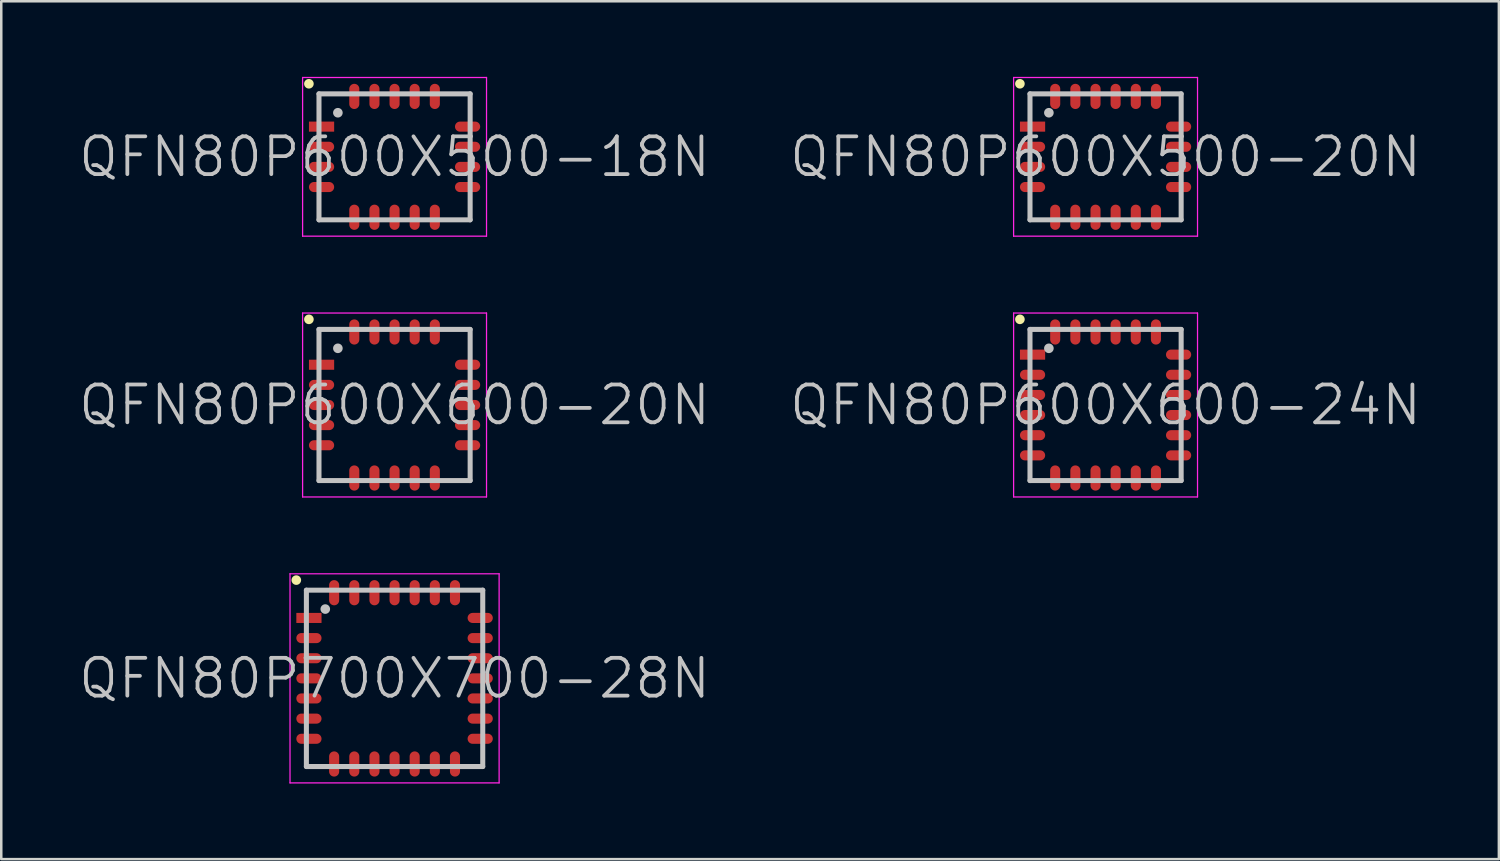
<source format=kicad_pcb>
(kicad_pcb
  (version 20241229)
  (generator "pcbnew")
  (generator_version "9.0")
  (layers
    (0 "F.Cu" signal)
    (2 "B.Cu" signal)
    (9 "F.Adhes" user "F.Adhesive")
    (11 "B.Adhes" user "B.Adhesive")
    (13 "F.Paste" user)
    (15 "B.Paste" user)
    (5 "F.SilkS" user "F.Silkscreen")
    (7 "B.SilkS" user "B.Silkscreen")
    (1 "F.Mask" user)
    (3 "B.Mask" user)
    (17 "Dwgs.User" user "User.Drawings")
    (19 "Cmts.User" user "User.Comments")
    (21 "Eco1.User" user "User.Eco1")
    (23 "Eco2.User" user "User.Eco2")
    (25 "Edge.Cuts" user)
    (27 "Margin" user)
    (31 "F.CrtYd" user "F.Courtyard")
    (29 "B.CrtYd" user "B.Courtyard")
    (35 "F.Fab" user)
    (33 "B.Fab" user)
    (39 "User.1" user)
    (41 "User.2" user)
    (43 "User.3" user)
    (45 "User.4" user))
  (footprint "QFN80P600X500-18N"
    (layer "F.Cu")
    (at 12.611 3.175)
    (property "Reference" "QFN80P600X500-18N" (at 0 0 0) (layer "Dwgs.User") (effects (font (size 1.5 1.5) (thickness 0.15))))
    (attr smd)
    (fp_line (start -3.4 -2.9) (end -3.4 -2.9) (stroke (width 0.381) (type solid)) (layer "F.SilkS"))
    (fp_line (start -3 -2.5) (end -3 2.5) (stroke (width 0.2) (type solid)) (layer "Dwgs.User"))
    (fp_line (start -3 -2.5) (end 3 -2.5) (stroke (width 0.2) (type solid)) (layer "Dwgs.User"))
    (fp_line (start -3 2.5) (end 3 2.5) (stroke (width 0.2) (type solid)) (layer "Dwgs.User"))
    (fp_line (start -2.25 -1.75) (end -2.25 -1.75) (stroke (width 0.381) (type solid)) (layer "Dwgs.User"))
    (fp_line (start 3 -2.5) (end 3 2.5) (stroke (width 0.2) (type solid)) (layer "Dwgs.User"))
    (fp_line (start -3.65 -3.15) (end -3.65 3.15) (stroke (width 0.05) (type solid)) (layer "F.CrtYd"))
    (fp_line (start -3.65 -3.15) (end 3.65 -3.15) (stroke (width 0.05) (type solid)) (layer "F.CrtYd"))
    (fp_line (start -3.65 3.15) (end 3.65 3.15) (stroke (width 0.05) (type solid)) (layer "F.CrtYd"))
    (fp_line (start 3.65 -3.15) (end 3.65 3.15) (stroke (width 0.05) (type solid)) (layer "F.CrtYd"))
    (pad "1" smd rect (at -2.898 -1.199 90) (size 0.4 1) (layers "F.Cu" "F.Mask" "F.Paste"))
    (pad "2" smd oval (at -2.898 -0.399 90) (size 0.4 1) (layers "F.Cu" "F.Mask" "F.Paste"))
    (pad "3" smd oval (at -2.898 0.399 90) (size 0.4 1) (layers "F.Cu" "F.Mask" "F.Paste"))
    (pad "4" smd oval (at -2.898 1.199 90) (size 0.4 1) (layers "F.Cu" "F.Mask" "F.Paste"))
    (pad "5" smd oval (at -1.598 2.398 180) (size 0.4 1) (layers "F.Cu" "F.Mask" "F.Paste"))
    (pad "6" smd oval (at -0.798 2.398 180) (size 0.4 1) (layers "F.Cu" "F.Mask" "F.Paste"))
    (pad "7" smd oval (at 0 2.398 180) (size 0.4 1) (layers "F.Cu" "F.Mask" "F.Paste"))
    (pad "8" smd oval (at 0.798 2.398 180) (size 0.4 1) (layers "F.Cu" "F.Mask" "F.Paste"))
    (pad "9" smd oval (at 1.598 2.398 180) (size 0.4 1) (layers "F.Cu" "F.Mask" "F.Paste"))
    (pad "10" smd oval (at 2.898 1.199 270) (size 0.4 1) (layers "F.Cu" "F.Mask" "F.Paste"))
    (pad "11" smd oval (at 2.898 0.399 270) (size 0.4 1) (layers "F.Cu" "F.Mask" "F.Paste"))
    (pad "12" smd oval (at 2.898 -0.399 270) (size 0.4 1) (layers "F.Cu" "F.Mask" "F.Paste"))
    (pad "13" smd oval (at 2.898 -1.199 270) (size 0.4 1) (layers "F.Cu" "F.Mask" "F.Paste"))
    (pad "14" smd oval (at 1.598 -2.398) (size 0.4 1) (layers "F.Cu" "F.Mask" "F.Paste"))
    (pad "15" smd oval (at 0.798 -2.398) (size 0.4 1) (layers "F.Cu" "F.Mask" "F.Paste"))
    (pad "16" smd oval (at 0 -2.398) (size 0.4 1) (layers "F.Cu" "F.Mask" "F.Paste"))
    (pad "17" smd oval (at -0.798 -2.398) (size 0.4 1) (layers "F.Cu" "F.Mask" "F.Paste"))
    (pad "18" smd oval (at -1.598 -2.398) (size 0.4 1) (layers "F.Cu" "F.Mask" "F.Paste")))
  (footprint "QFN80P600X600-24N"
    (layer "F.Cu")
    (at 40.832 13.025)
    (property "Reference" "QFN80P600X600-24N" (at 0 0 0) (layer "Dwgs.User") (effects (font (size 1.5 1.5) (thickness 0.15))))
    (attr smd)
    (fp_line (start -3.4 -3.4) (end -3.4 -3.4) (stroke (width 0.381) (type solid)) (layer "F.SilkS"))
    (fp_line (start -3 -3) (end -3 3) (stroke (width 0.2) (type solid)) (layer "Dwgs.User"))
    (fp_line (start -3 -3) (end 3 -3) (stroke (width 0.2) (type solid)) (layer "Dwgs.User"))
    (fp_line (start -3 3) (end 3 3) (stroke (width 0.2) (type solid)) (layer "Dwgs.User"))
    (fp_line (start -2.25 -2.25) (end -2.25 -2.25) (stroke (width 0.381) (type solid)) (layer "Dwgs.User"))
    (fp_line (start 3 -3) (end 3 3) (stroke (width 0.2) (type solid)) (layer "Dwgs.User"))
    (fp_line (start -3.65 -3.65) (end -3.65 3.65) (stroke (width 0.05) (type solid)) (layer "F.CrtYd"))
    (fp_line (start -3.65 -3.65) (end 3.65 -3.65) (stroke (width 0.05) (type solid)) (layer "F.CrtYd"))
    (fp_line (start -3.65 3.65) (end 3.65 3.65) (stroke (width 0.05) (type solid)) (layer "F.CrtYd"))
    (fp_line (start 3.65 -3.65) (end 3.65 3.65) (stroke (width 0.05) (type solid)) (layer "F.CrtYd"))
    (pad "1" smd rect (at -2.898 -1.999 90) (size 0.4 1) (layers "F.Cu" "F.Mask" "F.Paste"))
    (pad "2" smd oval (at -2.898 -1.199 90) (size 0.4 1) (layers "F.Cu" "F.Mask" "F.Paste"))
    (pad "3" smd oval (at -2.898 -0.399 90) (size 0.4 1) (layers "F.Cu" "F.Mask" "F.Paste"))
    (pad "4" smd oval (at -2.898 0.399 90) (size 0.4 1) (layers "F.Cu" "F.Mask" "F.Paste"))
    (pad "5" smd oval (at -2.898 1.199 90) (size 0.4 1) (layers "F.Cu" "F.Mask" "F.Paste"))
    (pad "6" smd oval (at -2.898 1.999 90) (size 0.4 1) (layers "F.Cu" "F.Mask" "F.Paste"))
    (pad "7" smd oval (at -1.999 2.898 180) (size 0.4 1) (layers "F.Cu" "F.Mask" "F.Paste"))
    (pad "8" smd oval (at -1.199 2.898 180) (size 0.4 1) (layers "F.Cu" "F.Mask" "F.Paste"))
    (pad "9" smd oval (at -0.399 2.898 180) (size 0.4 1) (layers "F.Cu" "F.Mask" "F.Paste"))
    (pad "10" smd oval (at 0.399 2.898 180) (size 0.4 1) (layers "F.Cu" "F.Mask" "F.Paste"))
    (pad "11" smd oval (at 1.199 2.898 180) (size 0.4 1) (layers "F.Cu" "F.Mask" "F.Paste"))
    (pad "12" smd oval (at 1.999 2.898 180) (size 0.4 1) (layers "F.Cu" "F.Mask" "F.Paste"))
    (pad "13" smd oval (at 2.898 1.999 270) (size 0.4 1) (layers "F.Cu" "F.Mask" "F.Paste"))
    (pad "14" smd oval (at 2.898 1.199 270) (size 0.4 1) (layers "F.Cu" "F.Mask" "F.Paste"))
    (pad "15" smd oval (at 2.898 0.399 270) (size 0.4 1) (layers "F.Cu" "F.Mask" "F.Paste"))
    (pad "16" smd oval (at 2.898 -0.399 270) (size 0.4 1) (layers "F.Cu" "F.Mask" "F.Paste"))
    (pad "17" smd oval (at 2.898 -1.199 270) (size 0.4 1) (layers "F.Cu" "F.Mask" "F.Paste"))
    (pad "18" smd oval (at 2.898 -1.999 270) (size 0.4 1) (layers "F.Cu" "F.Mask" "F.Paste"))
    (pad "19" smd oval (at 1.999 -2.898) (size 0.4 1) (layers "F.Cu" "F.Mask" "F.Paste"))
    (pad "20" smd oval (at 1.199 -2.898) (size 0.4 1) (layers "F.Cu" "F.Mask" "F.Paste"))
    (pad "21" smd oval (at 0.399 -2.898) (size 0.4 1) (layers "F.Cu" "F.Mask" "F.Paste"))
    (pad "22" smd oval (at -0.399 -2.898) (size 0.4 1) (layers "F.Cu" "F.Mask" "F.Paste"))
    (pad "23" smd oval (at -1.199 -2.898) (size 0.4 1) (layers "F.Cu" "F.Mask" "F.Paste"))
    (pad "24" smd oval (at -1.999 -2.898) (size 0.4 1) (layers "F.Cu" "F.Mask" "F.Paste")))
  (footprint "QFN80P600X600-20N"
    (layer "F.Cu")
    (at 12.611 13.025)
    (property "Reference" "QFN80P600X600-20N" (at 0 0 0) (layer "Dwgs.User") (effects (font (size 1.5 1.5) (thickness 0.15))))
    (attr smd)
    (fp_line (start -3.4 -3.4) (end -3.4 -3.4) (stroke (width 0.381) (type solid)) (layer "F.SilkS"))
    (fp_line (start -3 -3) (end -3 3) (stroke (width 0.2) (type solid)) (layer "Dwgs.User"))
    (fp_line (start -3 -3) (end 3 -3) (stroke (width 0.2) (type solid)) (layer "Dwgs.User"))
    (fp_line (start -3 3) (end 3 3) (stroke (width 0.2) (type solid)) (layer "Dwgs.User"))
    (fp_line (start -2.25 -2.25) (end -2.25 -2.25) (stroke (width 0.381) (type solid)) (layer "Dwgs.User"))
    (fp_line (start 3 -3) (end 3 3) (stroke (width 0.2) (type solid)) (layer "Dwgs.User"))
    (fp_line (start -3.65 -3.65) (end -3.65 3.65) (stroke (width 0.05) (type solid)) (layer "F.CrtYd"))
    (fp_line (start -3.65 -3.65) (end 3.65 -3.65) (stroke (width 0.05) (type solid)) (layer "F.CrtYd"))
    (fp_line (start -3.65 3.65) (end 3.65 3.65) (stroke (width 0.05) (type solid)) (layer "F.CrtYd"))
    (fp_line (start 3.65 -3.65) (end 3.65 3.65) (stroke (width 0.05) (type solid)) (layer "F.CrtYd"))
    (pad "1" smd rect (at -2.898 -1.598 90) (size 0.4 1) (layers "F.Cu" "F.Mask" "F.Paste"))
    (pad "2" smd oval (at -2.898 -0.798 90) (size 0.4 1) (layers "F.Cu" "F.Mask" "F.Paste"))
    (pad "3" smd oval (at -2.898 0 90) (size 0.4 1) (layers "F.Cu" "F.Mask" "F.Paste"))
    (pad "4" smd oval (at -2.898 0.798 90) (size 0.4 1) (layers "F.Cu" "F.Mask" "F.Paste"))
    (pad "5" smd oval (at -2.898 1.598 90) (size 0.4 1) (layers "F.Cu" "F.Mask" "F.Paste"))
    (pad "6" smd oval (at -1.598 2.898 180) (size 0.4 1) (layers "F.Cu" "F.Mask" "F.Paste"))
    (pad "7" smd oval (at -0.798 2.898 180) (size 0.4 1) (layers "F.Cu" "F.Mask" "F.Paste"))
    (pad "8" smd oval (at 0 2.898 180) (size 0.4 1) (layers "F.Cu" "F.Mask" "F.Paste"))
    (pad "9" smd oval (at 0.798 2.898 180) (size 0.4 1) (layers "F.Cu" "F.Mask" "F.Paste"))
    (pad "10" smd oval (at 1.598 2.898 180) (size 0.4 1) (layers "F.Cu" "F.Mask" "F.Paste"))
    (pad "11" smd oval (at 2.898 1.598 270) (size 0.4 1) (layers "F.Cu" "F.Mask" "F.Paste"))
    (pad "12" smd oval (at 2.898 0.798 270) (size 0.4 1) (layers "F.Cu" "F.Mask" "F.Paste"))
    (pad "13" smd oval (at 2.898 0 270) (size 0.4 1) (layers "F.Cu" "F.Mask" "F.Paste"))
    (pad "14" smd oval (at 2.898 -0.798 270) (size 0.4 1) (layers "F.Cu" "F.Mask" "F.Paste"))
    (pad "15" smd oval (at 2.898 -1.598 270) (size 0.4 1) (layers "F.Cu" "F.Mask" "F.Paste"))
    (pad "16" smd oval (at 1.598 -2.898) (size 0.4 1) (layers "F.Cu" "F.Mask" "F.Paste"))
    (pad "17" smd oval (at 0.798 -2.898) (size 0.4 1) (layers "F.Cu" "F.Mask" "F.Paste"))
    (pad "18" smd oval (at 0 -2.898) (size 0.4 1) (layers "F.Cu" "F.Mask" "F.Paste"))
    (pad "19" smd oval (at -0.798 -2.898) (size 0.4 1) (layers "F.Cu" "F.Mask" "F.Paste"))
    (pad "20" smd oval (at -1.598 -2.898) (size 0.4 1) (layers "F.Cu" "F.Mask" "F.Paste")))
  (footprint "QFN80P600X500-20N"
    (layer "F.Cu")
    (at 40.832 3.175)
    (property "Reference" "QFN80P600X500-20N" (at 0 0 0) (layer "Dwgs.User") (effects (font (size 1.5 1.5) (thickness 0.15))))
    (attr smd)
    (fp_line (start -3.4 -2.9) (end -3.4 -2.9) (stroke (width 0.381) (type solid)) (layer "F.SilkS"))
    (fp_line (start -3 -2.5) (end -3 2.5) (stroke (width 0.2) (type solid)) (layer "Dwgs.User"))
    (fp_line (start -3 -2.5) (end 3 -2.5) (stroke (width 0.2) (type solid)) (layer "Dwgs.User"))
    (fp_line (start -3 2.5) (end 3 2.5) (stroke (width 0.2) (type solid)) (layer "Dwgs.User"))
    (fp_line (start -2.25 -1.75) (end -2.25 -1.75) (stroke (width 0.381) (type solid)) (layer "Dwgs.User"))
    (fp_line (start 3 -2.5) (end 3 2.5) (stroke (width 0.2) (type solid)) (layer "Dwgs.User"))
    (fp_line (start -3.65 -3.15) (end -3.65 3.15) (stroke (width 0.05) (type solid)) (layer "F.CrtYd"))
    (fp_line (start -3.65 -3.15) (end 3.65 -3.15) (stroke (width 0.05) (type solid)) (layer "F.CrtYd"))
    (fp_line (start -3.65 3.15) (end 3.65 3.15) (stroke (width 0.05) (type solid)) (layer "F.CrtYd"))
    (fp_line (start 3.65 -3.15) (end 3.65 3.15) (stroke (width 0.05) (type solid)) (layer "F.CrtYd"))
    (pad "1" smd rect (at -2.898 -1.199 90) (size 0.4 1) (layers "F.Cu" "F.Mask" "F.Paste"))
    (pad "2" smd oval (at -2.898 -0.399 90) (size 0.4 1) (layers "F.Cu" "F.Mask" "F.Paste"))
    (pad "3" smd oval (at -2.898 0.399 90) (size 0.4 1) (layers "F.Cu" "F.Mask" "F.Paste"))
    (pad "4" smd oval (at -2.898 1.199 90) (size 0.4 1) (layers "F.Cu" "F.Mask" "F.Paste"))
    (pad "5" smd oval (at -1.999 2.398 180) (size 0.4 1) (layers "F.Cu" "F.Mask" "F.Paste"))
    (pad "6" smd oval (at -1.199 2.398 180) (size 0.4 1) (layers "F.Cu" "F.Mask" "F.Paste"))
    (pad "7" smd oval (at -0.399 2.398 180) (size 0.4 1) (layers "F.Cu" "F.Mask" "F.Paste"))
    (pad "8" smd oval (at 0.399 2.398 180) (size 0.4 1) (layers "F.Cu" "F.Mask" "F.Paste"))
    (pad "9" smd oval (at 1.199 2.398 180) (size 0.4 1) (layers "F.Cu" "F.Mask" "F.Paste"))
    (pad "10" smd oval (at 1.999 2.398 180) (size 0.4 1) (layers "F.Cu" "F.Mask" "F.Paste"))
    (pad "11" smd oval (at 2.898 1.199 270) (size 0.4 1) (layers "F.Cu" "F.Mask" "F.Paste"))
    (pad "12" smd oval (at 2.898 0.399 270) (size 0.4 1) (layers "F.Cu" "F.Mask" "F.Paste"))
    (pad "13" smd oval (at 2.898 -0.399 270) (size 0.4 1) (layers "F.Cu" "F.Mask" "F.Paste"))
    (pad "14" smd oval (at 2.898 -1.199 270) (size 0.4 1) (layers "F.Cu" "F.Mask" "F.Paste"))
    (pad "15" smd oval (at 1.999 -2.398) (size 0.4 1) (layers "F.Cu" "F.Mask" "F.Paste"))
    (pad "16" smd oval (at 1.199 -2.398) (size 0.4 1) (layers "F.Cu" "F.Mask" "F.Paste"))
    (pad "17" smd oval (at 0.399 -2.398) (size 0.4 1) (layers "F.Cu" "F.Mask" "F.Paste"))
    (pad "18" smd oval (at -0.399 -2.398) (size 0.4 1) (layers "F.Cu" "F.Mask" "F.Paste"))
    (pad "19" smd oval (at -1.199 -2.398) (size 0.4 1) (layers "F.Cu" "F.Mask" "F.Paste"))
    (pad "20" smd oval (at -1.999 -2.398) (size 0.4 1) (layers "F.Cu" "F.Mask" "F.Paste")))
  (footprint "QFN80P700X700-28N"
    (layer "F.Cu")
    (at 12.611 23.875)
    (property "Reference" "QFN80P700X700-28N" (at 0 0 0) (layer "Dwgs.User") (effects (font (size 1.5 1.5) (thickness 0.15))))
    (attr smd)
    (fp_line (start -3.9 -3.9) (end -3.9 -3.9) (stroke (width 0.381) (type solid)) (layer "F.SilkS"))
    (fp_line (start -3.5 -3.5) (end -3.5 3.5) (stroke (width 0.2) (type solid)) (layer "Dwgs.User"))
    (fp_line (start -3.5 -3.5) (end 3.5 -3.5) (stroke (width 0.2) (type solid)) (layer "Dwgs.User"))
    (fp_line (start -3.5 3.5) (end 3.5 3.5) (stroke (width 0.2) (type solid)) (layer "Dwgs.User"))
    (fp_line (start -2.75 -2.75) (end -2.75 -2.75) (stroke (width 0.381) (type solid)) (layer "Dwgs.User"))
    (fp_line (start 3.5 -3.5) (end 3.5 3.5) (stroke (width 0.2) (type solid)) (layer "Dwgs.User"))
    (fp_line (start -4.15 -4.15) (end -4.15 4.15) (stroke (width 0.05) (type solid)) (layer "F.CrtYd"))
    (fp_line (start -4.15 -4.15) (end 4.15 -4.15) (stroke (width 0.05) (type solid)) (layer "F.CrtYd"))
    (fp_line (start -4.15 4.15) (end 4.15 4.15) (stroke (width 0.05) (type solid)) (layer "F.CrtYd"))
    (fp_line (start 4.15 -4.15) (end 4.15 4.15) (stroke (width 0.05) (type solid)) (layer "F.CrtYd"))
    (pad "1" smd rect (at -3.399 -2.398 90) (size 0.4 1) (layers "F.Cu" "F.Mask" "F.Paste"))
    (pad "2" smd oval (at -3.399 -1.598 90) (size 0.4 1) (layers "F.Cu" "F.Mask" "F.Paste"))
    (pad "3" smd oval (at -3.399 -0.798 90) (size 0.4 1) (layers "F.Cu" "F.Mask" "F.Paste"))
    (pad "4" smd oval (at -3.399 0 90) (size 0.4 1) (layers "F.Cu" "F.Mask" "F.Paste"))
    (pad "5" smd oval (at -3.399 0.798 90) (size 0.4 1) (layers "F.Cu" "F.Mask" "F.Paste"))
    (pad "6" smd oval (at -3.399 1.598 90) (size 0.4 1) (layers "F.Cu" "F.Mask" "F.Paste"))
    (pad "7" smd oval (at -3.399 2.398 90) (size 0.4 1) (layers "F.Cu" "F.Mask" "F.Paste"))
    (pad "8" smd oval (at -2.398 3.399 180) (size 0.4 1) (layers "F.Cu" "F.Mask" "F.Paste"))
    (pad "9" smd oval (at -1.598 3.399 180) (size 0.4 1) (layers "F.Cu" "F.Mask" "F.Paste"))
    (pad "10" smd oval (at -0.798 3.399 180) (size 0.4 1) (layers "F.Cu" "F.Mask" "F.Paste"))
    (pad "11" smd oval (at 0 3.399 180) (size 0.4 1) (layers "F.Cu" "F.Mask" "F.Paste"))
    (pad "12" smd oval (at 0.798 3.399 180) (size 0.4 1) (layers "F.Cu" "F.Mask" "F.Paste"))
    (pad "13" smd oval (at 1.598 3.399 180) (size 0.4 1) (layers "F.Cu" "F.Mask" "F.Paste"))
    (pad "14" smd oval (at 2.398 3.399 180) (size 0.4 1) (layers "F.Cu" "F.Mask" "F.Paste"))
    (pad "15" smd oval (at 3.399 2.398 270) (size 0.4 1) (layers "F.Cu" "F.Mask" "F.Paste"))
    (pad "16" smd oval (at 3.399 1.598 270) (size 0.4 1) (layers "F.Cu" "F.Mask" "F.Paste"))
    (pad "17" smd oval (at 3.399 0.798 270) (size 0.4 1) (layers "F.Cu" "F.Mask" "F.Paste"))
    (pad "18" smd oval (at 3.399 0 270) (size 0.4 1) (layers "F.Cu" "F.Mask" "F.Paste"))
    (pad "19" smd oval (at 3.399 -0.798 270) (size 0.4 1) (layers "F.Cu" "F.Mask" "F.Paste"))
    (pad "20" smd oval (at 3.399 -1.598 270) (size 0.4 1) (layers "F.Cu" "F.Mask" "F.Paste"))
    (pad "21" smd oval (at 3.399 -2.398 270) (size 0.4 1) (layers "F.Cu" "F.Mask" "F.Paste"))
    (pad "22" smd oval (at 2.398 -3.399) (size 0.4 1) (layers "F.Cu" "F.Mask" "F.Paste"))
    (pad "23" smd oval (at 1.598 -3.399) (size 0.4 1) (layers "F.Cu" "F.Mask" "F.Paste"))
    (pad "24" smd oval (at 0.798 -3.399) (size 0.4 1) (layers "F.Cu" "F.Mask" "F.Paste"))
    (pad "25" smd oval (at 0 -3.399) (size 0.4 1) (layers "F.Cu" "F.Mask" "F.Paste"))
    (pad "26" smd oval (at -0.798 -3.399) (size 0.4 1) (layers "F.Cu" "F.Mask" "F.Paste"))
    (pad "27" smd oval (at -1.598 -3.399) (size 0.4 1) (layers "F.Cu" "F.Mask" "F.Paste"))
    (pad "28" smd oval (at -2.398 -3.399) (size 0.4 1) (layers "F.Cu" "F.Mask" "F.Paste")))
  (gr_rect
    (start -3 -3)
    (end 56.443 31.05)
    (stroke (width 0.1) (type default))
    (fill no)
    (layer "Edge.Cuts")))
</source>
